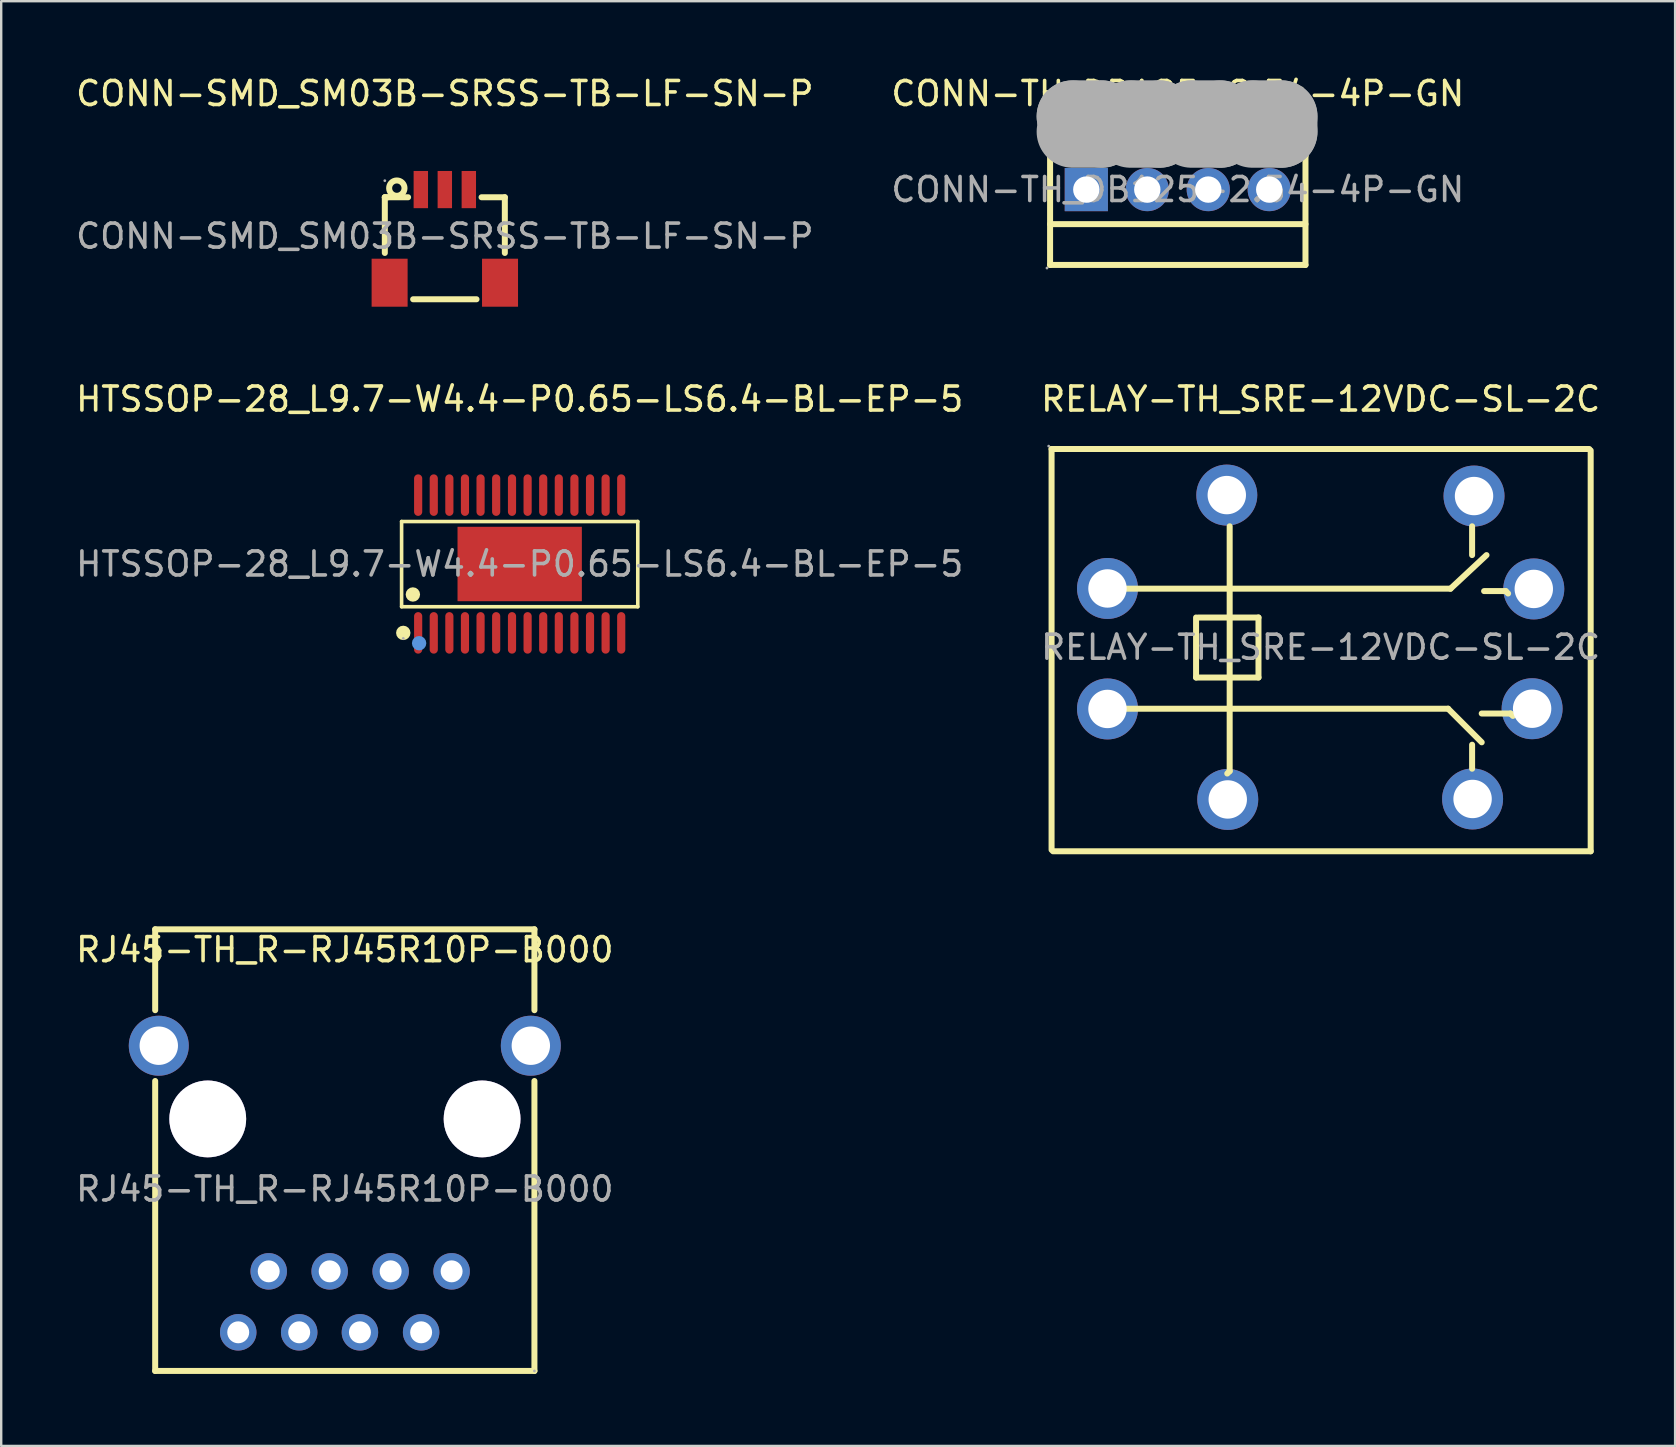
<source format=kicad_pcb>
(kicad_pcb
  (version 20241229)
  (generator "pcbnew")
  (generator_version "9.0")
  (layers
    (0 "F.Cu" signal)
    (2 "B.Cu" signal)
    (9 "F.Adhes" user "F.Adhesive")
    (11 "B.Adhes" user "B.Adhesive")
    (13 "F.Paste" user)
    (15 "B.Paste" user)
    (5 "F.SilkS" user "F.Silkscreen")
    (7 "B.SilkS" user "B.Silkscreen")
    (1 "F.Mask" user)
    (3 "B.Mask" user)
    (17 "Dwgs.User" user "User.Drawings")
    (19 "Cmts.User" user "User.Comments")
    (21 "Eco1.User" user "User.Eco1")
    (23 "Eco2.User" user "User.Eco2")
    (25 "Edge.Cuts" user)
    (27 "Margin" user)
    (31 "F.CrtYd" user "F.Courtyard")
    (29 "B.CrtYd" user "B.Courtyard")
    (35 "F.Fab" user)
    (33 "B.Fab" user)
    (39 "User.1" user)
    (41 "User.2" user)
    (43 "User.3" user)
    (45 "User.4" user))
  (footprint "CONN-SMD_SM03B-SRSS-TB-LF-SN-P"
    (layer "F.Cu")
    (at 15.482 6.788)
    (property "Reference" "CONN-SMD_SM03B-SRSS-TB-LF-SN-P" (at 0 -5.94 0) (layer "F.SilkS") (effects (font (size 1 1) (thickness 0.15))))
    (attr smd)
    (fp_line (start -2.5 -1.62) (end -2.5 0.7) (stroke (width 0.25) (type solid)) (layer "F.SilkS"))
    (fp_line (start -2.5 -1.62) (end -1.53 -1.62) (stroke (width 0.25) (type solid)) (layer "F.SilkS"))
    (fp_line (start -2.37 -1.62) (end -2.5 -1.62) (stroke (width 0.25) (type solid)) (layer "F.SilkS"))
    (fp_line (start -1.32 2.63) (end 1.32 2.63) (stroke (width 0.25) (type solid)) (layer "F.SilkS"))
    (fp_line (start 1.53 -1.62) (end 2.5 -1.62) (stroke (width 0.25) (type solid)) (layer "F.SilkS"))
    (fp_line (start 2.5 -1.62) (end 2.5 0.7) (stroke (width 0.25) (type solid)) (layer "F.SilkS"))
    (fp_circle (center -2 -2) (end -1.68 -2) (stroke (width 0.25) (type solid)) (fill no) (layer "F.SilkS"))
    (fp_circle (center -2.5 -2.31) (end -2.47 -2.31) (stroke (width 0.06) (type solid)) (fill no) (layer "F.Fab"))
    (fp_text user "${REFERENCE}" (at 0 0 0) (layer "F.Fab") (effects (font (size 1 1) (thickness 0.15))))
    (pad "1" smd rect (at -1 -1.94) (size 0.6 1.55) (layers "F.Cu" "F.Mask" "F.Paste"))
    (pad "2" smd rect (at 0 -1.94) (size 0.6 1.55) (layers "F.Cu" "F.Mask" "F.Paste"))
    (pad "3" smd rect (at 1 -1.94) (size 0.6 1.55) (layers "F.Cu" "F.Mask" "F.Paste"))
    (pad "4" smd rect (at 2.3 1.94) (size 1.5 2) (layers "F.Cu" "F.Mask" "F.Paste"))
    (pad "5" smd rect (at -2.3 1.94) (size 1.5 2) (layers "F.Cu" "F.Mask" "F.Paste")))
  (footprint "HTSSOP-28_L9.7-W4.4-P0.65-LS6.4-BL-EP-5"
    (layer "F.Cu")
    (at 18.601 20.447)
    (property "Reference" "HTSSOP-28_L9.7-W4.4-P0.65-LS6.4-BL-EP-5" (at 0 -6.87 0) (layer "F.SilkS") (effects (font (size 1 1) (thickness 0.15))))
    (attr smd)
    (fp_line (start -4.92 -1.77) (end 4.92 -1.77) (stroke (width 0.15) (type solid)) (layer "F.SilkS"))
    (fp_line (start -4.92 1.78) (end -4.92 -1.77) (stroke (width 0.15) (type solid)) (layer "F.SilkS"))
    (fp_line (start 4.92 -1.77) (end 4.92 1.78) (stroke (width 0.15) (type solid)) (layer "F.SilkS"))
    (fp_line (start 4.92 1.78) (end -4.92 1.78) (stroke (width 0.15) (type solid)) (layer "F.SilkS"))
    (fp_circle (center -4.85 2.87) (end -4.7 2.87) (stroke (width 0.3) (type solid)) (fill no) (layer "F.SilkS"))
    (fp_circle (center -4.45 1.27) (end -4.3 1.27) (stroke (width 0.3) (type solid)) (fill no) (layer "F.SilkS"))
    (fp_circle (center -4.19 3.3) (end -4.04 3.3) (stroke (width 0.3) (type solid)) (fill no) (layer "Cmts.User"))
    (fp_circle (center -4.85 3.1) (end -4.82 3.1) (stroke (width 0.06) (type solid)) (fill no) (layer "F.Fab"))
    (fp_text user "${REFERENCE}" (at 0 0 0) (layer "F.Fab") (effects (font (size 1 1) (thickness 0.15))))
    (pad "1" smd oval (at -4.23 2.87) (size 0.34 1.73) (layers "F.Cu" "F.Mask" "F.Paste"))
    (pad "2" smd oval (at -3.58 2.87) (size 0.34 1.73) (layers "F.Cu" "F.Mask" "F.Paste"))
    (pad "3" smd oval (at -2.93 2.87) (size 0.34 1.73) (layers "F.Cu" "F.Mask" "F.Paste"))
    (pad "4" smd oval (at -2.28 2.87) (size 0.34 1.73) (layers "F.Cu" "F.Mask" "F.Paste"))
    (pad "5" smd oval (at -1.63 2.87) (size 0.34 1.73) (layers "F.Cu" "F.Mask" "F.Paste"))
    (pad "6" smd oval (at -0.98 2.87) (size 0.34 1.73) (layers "F.Cu" "F.Mask" "F.Paste"))
    (pad "7" smd oval (at -0.32 2.87) (size 0.34 1.73) (layers "F.Cu" "F.Mask" "F.Paste"))
    (pad "8" smd oval (at 0.33 2.87) (size 0.34 1.73) (layers "F.Cu" "F.Mask" "F.Paste"))
    (pad "9" smd oval (at 0.98 2.87) (size 0.34 1.73) (layers "F.Cu" "F.Mask" "F.Paste"))
    (pad "10" smd oval (at 1.63 2.87) (size 0.34 1.73) (layers "F.Cu" "F.Mask" "F.Paste"))
    (pad "11" smd oval (at 2.28 2.87) (size 0.34 1.73) (layers "F.Cu" "F.Mask" "F.Paste"))
    (pad "12" smd oval (at 2.93 2.87) (size 0.34 1.73) (layers "F.Cu" "F.Mask" "F.Paste"))
    (pad "13" smd oval (at 3.58 2.87) (size 0.34 1.73) (layers "F.Cu" "F.Mask" "F.Paste"))
    (pad "14" smd oval (at 4.23 2.87) (size 0.34 1.73) (layers "F.Cu" "F.Mask" "F.Paste"))
    (pad "15" smd oval (at 4.23 -2.87) (size 0.34 1.73) (layers "F.Cu" "F.Mask" "F.Paste"))
    (pad "16" smd oval (at 3.58 -2.87) (size 0.34 1.73) (layers "F.Cu" "F.Mask" "F.Paste"))
    (pad "17" smd oval (at 2.93 -2.87) (size 0.34 1.73) (layers "F.Cu" "F.Mask" "F.Paste"))
    (pad "18" smd oval (at 2.28 -2.87) (size 0.34 1.73) (layers "F.Cu" "F.Mask" "F.Paste"))
    (pad "19" smd oval (at 1.63 -2.87) (size 0.34 1.73) (layers "F.Cu" "F.Mask" "F.Paste"))
    (pad "20" smd oval (at 0.98 -2.87) (size 0.34 1.73) (layers "F.Cu" "F.Mask" "F.Paste"))
    (pad "21" smd oval (at 0.33 -2.87) (size 0.34 1.73) (layers "F.Cu" "F.Mask" "F.Paste"))
    (pad "22" smd oval (at -0.32 -2.87) (size 0.34 1.73) (layers "F.Cu" "F.Mask" "F.Paste"))
    (pad "23" smd oval (at -0.98 -2.87) (size 0.34 1.73) (layers "F.Cu" "F.Mask" "F.Paste"))
    (pad "24" smd oval (at -1.63 -2.87) (size 0.34 1.73) (layers "F.Cu" "F.Mask" "F.Paste"))
    (pad "25" smd oval (at -2.28 -2.87) (size 0.34 1.73) (layers "F.Cu" "F.Mask" "F.Paste"))
    (pad "26" smd oval (at -2.93 -2.87) (size 0.34 1.73) (layers "F.Cu" "F.Mask" "F.Paste"))
    (pad "27" smd oval (at -3.58 -2.87) (size 0.34 1.73) (layers "F.Cu" "F.Mask" "F.Paste"))
    (pad "28" smd oval (at -4.23 -2.87) (size 0.34 1.73) (layers "F.Cu" "F.Mask" "F.Paste"))
    (pad "29" smd rect (at 0 0) (size 5.18 3.1) (layers "F.Cu" "F.Mask" "F.Paste")))
  (footprint "RJ45-TH_R-RJ45R10P-B000"
    (layer "F.Cu")
    (at 11.315 46.486)
    (property "Reference" "RJ45-TH_R-RJ45R10P-B000" (at 0 -9.97 0) (layer "F.SilkS") (effects (font (size 1 1) (thickness 0.15))))
    (attr through_hole)
    (fp_line (start -7.9 -10.82) (end 7.9 -10.82) (stroke (width 0.25) (type solid)) (layer "F.SilkS"))
    (fp_line (start -7.9 -7.45) (end -7.9 -10.82) (stroke (width 0.25) (type solid)) (layer "F.SilkS"))
    (fp_line (start -7.9 7.58) (end -7.9 -4.5) (stroke (width 0.25) (type solid)) (layer "F.SilkS"))
    (fp_line (start 7.9 -10.82) (end 7.9 -7.45) (stroke (width 0.25) (type solid)) (layer "F.SilkS"))
    (fp_line (start 7.9 -4.5) (end 7.9 7.58) (stroke (width 0.25) (type solid)) (layer "F.SilkS"))
    (fp_line (start 7.9 7.58) (end -7.9 7.58) (stroke (width 0.25) (type solid)) (layer "F.SilkS"))
    (fp_circle (center -5.71 -2.92) (end -4.96 -2.92) (stroke (width 1.5) (type solid)) (fill no) (layer "Cmts.User"))
    (fp_circle (center 5.72 -2.92) (end 6.47 -2.92) (stroke (width 1.5) (type solid)) (fill no) (layer "Cmts.User"))
    (fp_circle (center 7.9 7.58) (end 7.93 7.58) (stroke (width 0.06) (type solid)) (fill no) (layer "F.Fab"))
    (fp_text user "${REFERENCE}" (at 0 0 0) (layer "F.Fab") (effects (font (size 1 1) (thickness 0.15))))
    (pad "" thru_hole circle (at -5.71 -2.92) (size 3.2 3.2) (drill 3.2) (layers "*.Cu" "*.Mask"))
    (pad "" thru_hole circle (at 5.72 -2.92) (size 3.2 3.2) (drill 3.2) (layers "*.Cu" "*.Mask"))
    (pad "1" thru_hole circle (at 4.45 3.43) (size 1.52 1.52) (drill 0.914) (layers "*.Cu" "*.Mask"))
    (pad "2" thru_hole circle (at 3.18 5.97) (size 1.52 1.52) (drill 0.914) (layers "*.Cu" "*.Mask"))
    (pad "3" thru_hole circle (at 1.91 3.43) (size 1.52 1.52) (drill 0.914) (layers "*.Cu" "*.Mask"))
    (pad "4" thru_hole circle (at 0.63 5.97) (size 1.52 1.52) (drill 0.914) (layers "*.Cu" "*.Mask"))
    (pad "5" thru_hole circle (at -0.63 3.43) (size 1.52 1.52) (drill 0.914) (layers "*.Cu" "*.Mask"))
    (pad "6" thru_hole circle (at -1.9 5.97) (size 1.52 1.52) (drill 0.914) (layers "*.Cu" "*.Mask"))
    (pad "7" thru_hole circle (at -3.17 3.43) (size 1.52 1.52) (drill 0.914) (layers "*.Cu" "*.Mask"))
    (pad "8" thru_hole circle (at -4.44 5.97) (size 1.52 1.52) (drill 0.914) (layers "*.Cu" "*.Mask"))
    (pad "9" thru_hole circle (at 7.75 -5.97) (size 2.5 2.5) (drill 1.6) (layers "*.Cu" "*.Mask"))
    (pad "10" thru_hole circle (at -7.75 -5.97) (size 2.5 2.5) (drill 1.6) (layers "*.Cu" "*.Mask")))
  (footprint "CONN-TH_DB125-2.54-4P-GN"
    (layer "F.Cu")
    (at 46.018 4.848)
    (property "Reference" "CONN-TH_DB125-2.54-4P-GN" (at 0 -4 0) (layer "F.SilkS") (effects (font (size 1 1) (thickness 0.15))))
    (attr through_hole)
    (fp_line (start -5.32 -3.14) (end -5.32 3.14) (stroke (width 0.25) (type solid)) (layer "F.SilkS"))
    (fp_line (start 5.32 -3.14) (end -5.32 -3.14) (stroke (width 0.25) (type solid)) (layer "F.SilkS"))
    (fp_line (start 5.32 -3.14) (end 5.32 3.14) (stroke (width 0.25) (type solid)) (layer "F.SilkS"))
    (fp_line (start 5.32 -1.4) (end -5.32 -1.4) (stroke (width 0.25) (type solid)) (layer "F.SilkS"))
    (fp_line (start 5.32 1.44) (end -5.32 1.44) (stroke (width 0.25) (type solid)) (layer "F.SilkS"))
    (fp_line (start 5.32 3.14) (end -5.32 3.14) (stroke (width 0.25) (type solid)) (layer "F.SilkS"))
    (fp_line (start -4.38 -3.05) (end -4.38 -3.05) (stroke (width 3) (type solid)) (layer "F.Fab"))
    (fp_line (start -4.38 -3.05) (end -3.17 -3.05) (stroke (width 3) (type solid)) (layer "F.Fab"))
    (fp_line (start -3.17 -3.05) (end -3.17 -2.41) (stroke (width 3) (type solid)) (layer "F.Fab"))
    (fp_line (start -3.17 -2.41) (end -4.38 -2.41) (stroke (width 3) (type solid)) (layer "F.Fab"))
    (fp_line (start -1.97 -3.05) (end -1.97 -3.05) (stroke (width 3) (type solid)) (layer "F.Fab"))
    (fp_line (start -1.97 -3.05) (end -0.76 -3.05) (stroke (width 3) (type solid)) (layer "F.Fab"))
    (fp_line (start -0.76 -3.05) (end -0.76 -2.41) (stroke (width 3) (type solid)) (layer "F.Fab"))
    (fp_line (start -0.76 -2.41) (end -1.97 -2.41) (stroke (width 3) (type solid)) (layer "F.Fab"))
    (fp_line (start 0.57 -3.05) (end 0.57 -3.05) (stroke (width 3) (type solid)) (layer "F.Fab"))
    (fp_line (start 0.57 -3.05) (end 1.78 -3.05) (stroke (width 3) (type solid)) (layer "F.Fab"))
    (fp_line (start 1.78 -3.05) (end 1.78 -2.41) (stroke (width 3) (type solid)) (layer "F.Fab"))
    (fp_line (start 1.78 -2.41) (end 0.57 -2.41) (stroke (width 3) (type solid)) (layer "F.Fab"))
    (fp_line (start 3.11 -3.05) (end 3.11 -3.05) (stroke (width 3) (type solid)) (layer "F.Fab"))
    (fp_line (start 3.11 -3.05) (end 4.32 -3.05) (stroke (width 3) (type solid)) (layer "F.Fab"))
    (fp_line (start 4.32 -3.05) (end 4.32 -2.41) (stroke (width 3) (type solid)) (layer "F.Fab"))
    (fp_line (start 4.32 -2.41) (end 3.11 -2.41) (stroke (width 3) (type solid)) (layer "F.Fab"))
    (fp_circle (center -5.45 3.27) (end -5.42 3.27) (stroke (width 0.06) (type solid)) (fill no) (layer "F.Fab"))
    (fp_circle (center -3.81 0) (end -3.58 0) (stroke (width 0.45) (type solid)) (fill no) (layer "F.Fab"))
    (fp_circle (center -1.27 0) (end -1.04 0) (stroke (width 0.45) (type solid)) (fill no) (layer "F.Fab"))
    (fp_circle (center 1.27 0) (end 1.5 0) (stroke (width 0.45) (type solid)) (fill no) (layer "F.Fab"))
    (fp_circle (center 3.81 0) (end 4.04 0) (stroke (width 0.45) (type solid)) (fill no) (layer "F.Fab"))
    (fp_text user "${REFERENCE}" (at 0 0 0) (layer "F.Fab") (effects (font (size 1 1) (thickness 0.15))))
    (pad "1" thru_hole rect (at -3.81 0) (size 1.8 1.8) (drill 1.1) (layers "*.Cu" "*.Mask"))
    (pad "2" thru_hole circle (at -1.27 0) (size 1.8 1.8) (drill 1.1) (layers "*.Cu" "*.Mask"))
    (pad "3" thru_hole circle (at 1.27 0) (size 1.8 1.8) (drill 1.1) (layers "*.Cu" "*.Mask"))
    (pad "4" thru_hole circle (at 3.81 0) (size 1.8 1.8) (drill 1.1) (layers "*.Cu" "*.Mask")))
  (footprint "RELAY-TH_SRE-12VDC-SL-2C"
    (layer "F.Cu")
    (at 51.97 23.916)
    (property "Reference" "RELAY-TH_SRE-12VDC-SL-2C" (at 0 -10.34 0) (layer "F.SilkS") (effects (font (size 1 1) (thickness 0.15))))
    (attr through_hole)
    (fp_line (start -11.21 -8.26) (end -11.21 8.44) (stroke (width 0.25) (type solid)) (layer "F.SilkS"))
    (fp_line (start -11.21 -8.26) (end 11.19 -8.26) (stroke (width 0.25) (type solid)) (layer "F.SilkS"))
    (fp_line (start -8.89 -2.44) (end 5.41 -2.44) (stroke (width 0.25) (type solid)) (layer "F.SilkS"))
    (fp_line (start -8.89 2.56) (end 5.31 2.56) (stroke (width 0.25) (type solid)) (layer "F.SilkS"))
    (fp_line (start -5.19 1.26) (end -5.19 -1.24) (stroke (width 0.25) (type solid)) (layer "F.SilkS"))
    (fp_line (start -5.09 -1.24) (end -2.59 -1.24) (stroke (width 0.25) (type solid)) (layer "F.SilkS"))
    (fp_line (start -3.79 -5.04) (end -3.79 5.16) (stroke (width 0.25) (type solid)) (layer "F.SilkS"))
    (fp_line (start -3.79 5.16) (end -3.89 5.26) (stroke (width 0.25) (type solid)) (layer "F.SilkS"))
    (fp_line (start -2.59 -1.24) (end -2.59 1.26) (stroke (width 0.25) (type solid)) (layer "F.SilkS"))
    (fp_line (start -2.59 1.26) (end -5.19 1.26) (stroke (width 0.25) (type solid)) (layer "F.SilkS"))
    (fp_line (start 5.31 2.56) (end 6.71 3.96) (stroke (width 0.25) (type solid)) (layer "F.SilkS"))
    (fp_line (start 5.41 -2.44) (end 6.91 -3.84) (stroke (width 0.25) (type solid)) (layer "F.SilkS"))
    (fp_line (start 6.31 -5.04) (end 6.31 -3.84) (stroke (width 0.25) (type solid)) (layer "F.SilkS"))
    (fp_line (start 6.31 4.06) (end 6.31 5.06) (stroke (width 0.25) (type solid)) (layer "F.SilkS"))
    (fp_line (start 6.71 2.76) (end 7.91 2.76) (stroke (width 0.25) (type solid)) (layer "F.SilkS"))
    (fp_line (start 6.81 -2.34) (end 7.71 -2.34) (stroke (width 0.25) (type solid)) (layer "F.SilkS"))
    (fp_line (start 7.71 -2.34) (end 7.81 -2.24) (stroke (width 0.25) (type solid)) (layer "F.SilkS"))
    (fp_line (start 7.91 2.76) (end 8.01 2.86) (stroke (width 0.25) (type solid)) (layer "F.SilkS"))
    (fp_line (start 11.25 8.5) (end -11.15 8.5) (stroke (width 0.25) (type solid)) (layer "F.SilkS"))
    (fp_line (start 11.25 8.5) (end 11.25 -8.2) (stroke (width 0.25) (type solid)) (layer "F.SilkS"))
    (fp_circle (center -11.33 -8.38) (end -11.3 -8.38) (stroke (width 0.06) (type solid)) (fill no) (layer "F.Fab"))
    (fp_circle (center -8.88 -2.45) (end -8.53 -2.45) (stroke (width 0.7) (type solid)) (fill no) (layer "F.Fab"))
    (fp_circle (center -8.88 2.57) (end -8.53 2.57) (stroke (width 0.7) (type solid)) (fill no) (layer "F.Fab"))
    (fp_circle (center -3.91 -6.34) (end -3.56 -6.34) (stroke (width 0.7) (type solid)) (fill no) (layer "F.Fab"))
    (fp_circle (center -3.87 6.34) (end -3.52 6.34) (stroke (width 0.7) (type solid)) (fill no) (layer "F.Fab"))
    (fp_circle (center 6.33 6.32) (end 6.68 6.32) (stroke (width 0.7) (type solid)) (fill no) (layer "F.Fab"))
    (fp_circle (center 6.39 -6.3) (end 6.74 -6.3) (stroke (width 0.7) (type solid)) (fill no) (layer "F.Fab"))
    (fp_circle (center 8.81 2.56) (end 9.16 2.56) (stroke (width 0.7) (type solid)) (fill no) (layer "F.Fab"))
    (fp_circle (center 8.88 -2.43) (end 9.23 -2.43) (stroke (width 0.7) (type solid)) (fill no) (layer "F.Fab"))
    (fp_text user "${REFERENCE}" (at 0 0 0) (layer "F.Fab") (effects (font (size 1 1) (thickness 0.15))))
    (pad "1" thru_hole circle (at -3.91 -6.34) (size 2.54 2.54) (drill 1.6) (layers "*.Cu" "*.Mask"))
    (pad "2" thru_hole circle (at -3.87 6.34) (size 2.54 2.54) (drill 1.6) (layers "*.Cu" "*.Mask"))
    (pad "3" thru_hole circle (at -8.88 -2.45) (size 2.54 2.54) (drill 1.6) (layers "*.Cu" "*.Mask"))
    (pad "4" thru_hole circle (at 6.39 -6.3) (size 2.54 2.54) (drill 1.6) (layers "*.Cu" "*.Mask"))
    (pad "5" thru_hole circle (at 8.88 -2.43) (size 2.54 2.54) (drill 1.6) (layers "*.Cu" "*.Mask"))
    (pad "6" thru_hole circle (at -8.88 2.57) (size 2.54 2.54) (drill 1.6) (layers "*.Cu" "*.Mask"))
    (pad "7" thru_hole circle (at 6.33 6.32) (size 2.54 2.54) (drill 1.6) (layers "*.Cu" "*.Mask"))
    (pad "8" thru_hole circle (at 8.81 2.56) (size 2.54 2.54) (drill 1.6) (layers "*.Cu" "*.Mask")))
  (gr_rect
    (start -3 -3)
    (end 66.738 57.191)
    (stroke (width 0.1) (type default))
    (fill no)
    (layer "Edge.Cuts")))
</source>
